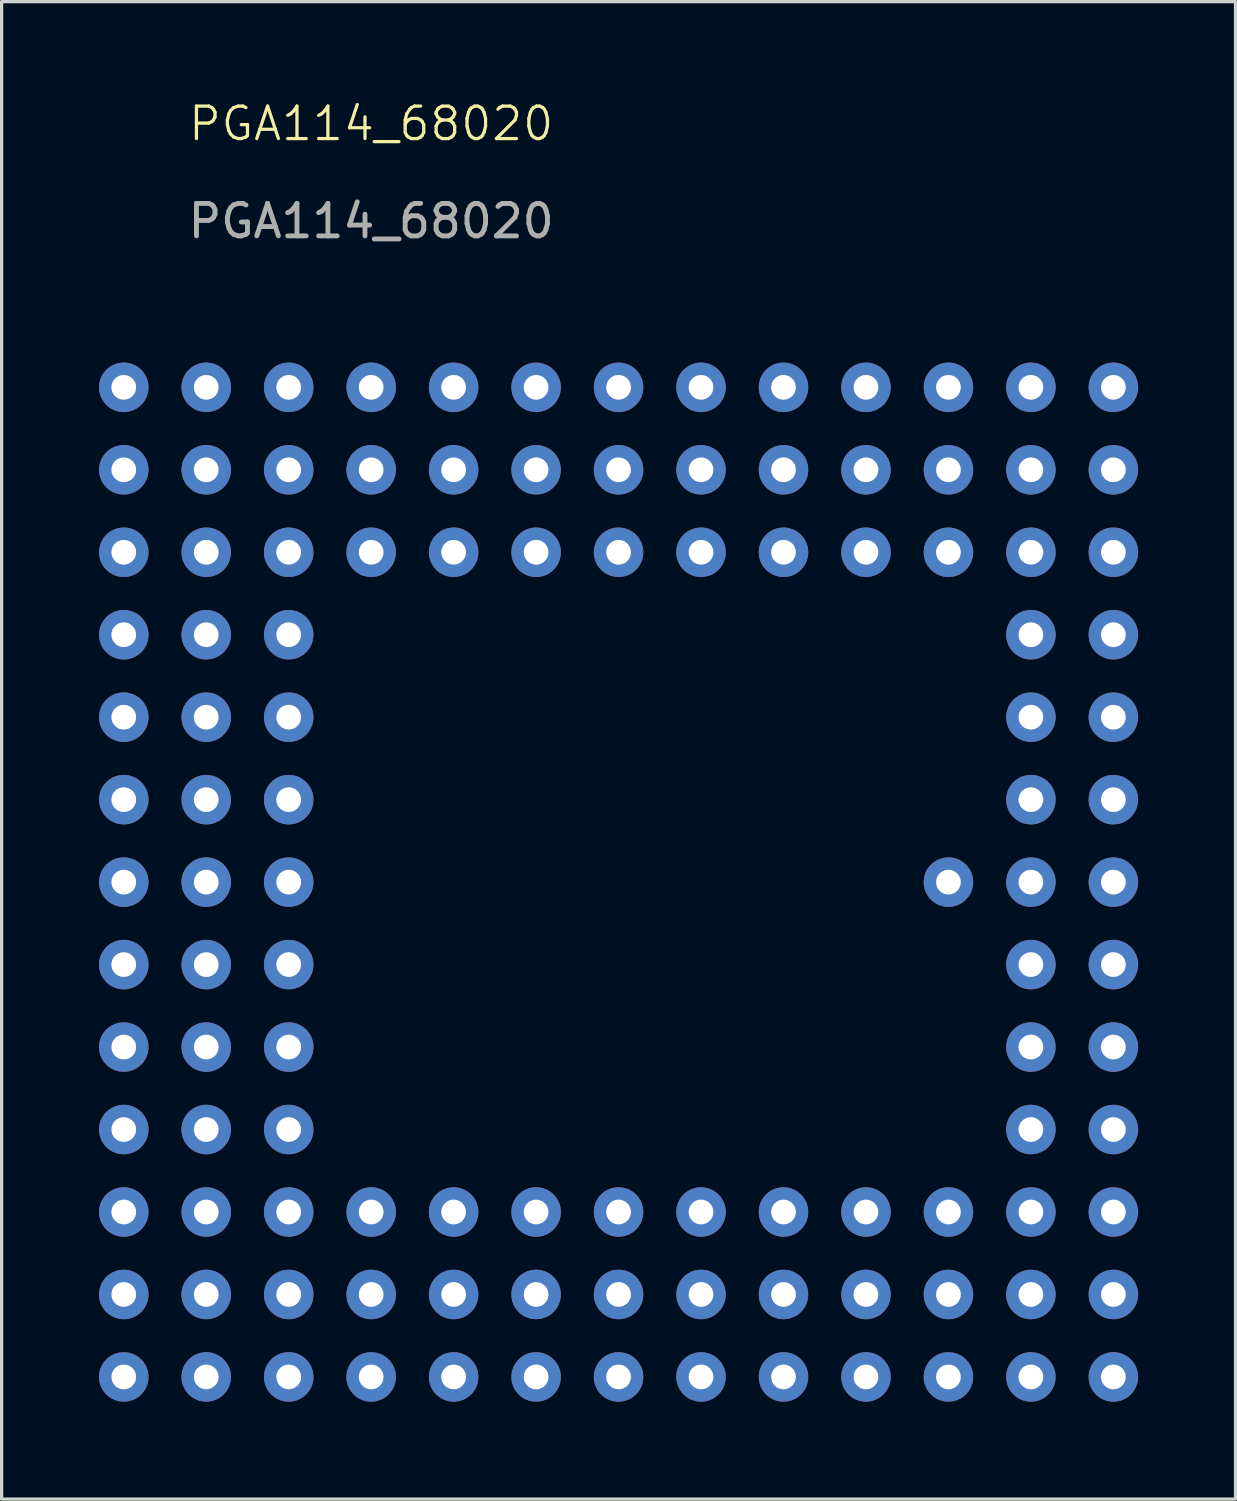
<source format=kicad_pcb>
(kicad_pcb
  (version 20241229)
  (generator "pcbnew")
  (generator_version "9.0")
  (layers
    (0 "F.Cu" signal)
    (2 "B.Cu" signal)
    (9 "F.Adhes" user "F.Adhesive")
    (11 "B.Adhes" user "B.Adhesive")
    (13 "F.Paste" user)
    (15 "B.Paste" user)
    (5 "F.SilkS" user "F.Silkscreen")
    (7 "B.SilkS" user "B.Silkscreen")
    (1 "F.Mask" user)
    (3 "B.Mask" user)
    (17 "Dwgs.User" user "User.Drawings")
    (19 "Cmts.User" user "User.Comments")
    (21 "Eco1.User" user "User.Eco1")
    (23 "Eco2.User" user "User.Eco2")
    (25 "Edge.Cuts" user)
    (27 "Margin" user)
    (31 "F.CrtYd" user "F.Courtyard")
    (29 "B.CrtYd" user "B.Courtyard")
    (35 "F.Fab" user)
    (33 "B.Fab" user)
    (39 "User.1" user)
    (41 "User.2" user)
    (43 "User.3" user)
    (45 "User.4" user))
  (footprint "PGA114_68020"
    (layer "F.Cu")
    (at 8.382 1.26)
    (property "Reference" "PGA114_68020" (at 0 -0.5 0) (unlocked yes) (layer "F.SilkS") (effects (font (size 1 1) (thickness 0.1))))
    (attr through_hole)
    (fp_text user "${REFERENCE}" (at 0 2.5 0) (unlocked yes) (layer "F.Fab") (effects (font (size 1 1) (thickness 0.15))))
    (pad "A1" thru_hole circle (at -7.62 7.62) (size 1.524 1.524) (drill 0.762) (layers "*.Cu" "*.Mask"))
    (pad "A2" thru_hole circle (at -5.08 7.62) (size 1.524 1.524) (drill 0.762) (layers "*.Cu" "*.Mask"))
    (pad "A3" thru_hole circle (at -2.54 7.62) (size 1.524 1.524) (drill 0.762) (layers "*.Cu" "*.Mask"))
    (pad "A4" thru_hole circle (at 0 7.62) (size 1.524 1.524) (drill 0.762) (layers "*.Cu" "*.Mask"))
    (pad "A5" thru_hole circle (at 2.54 7.62) (size 1.524 1.524) (drill 0.762) (layers "*.Cu" "*.Mask"))
    (pad "A6" thru_hole circle (at 5.08 7.62) (size 1.524 1.524) (drill 0.762) (layers "*.Cu" "*.Mask"))
    (pad "A7" thru_hole circle (at 7.62 7.62) (size 1.524 1.524) (drill 0.762) (layers "*.Cu" "*.Mask"))
    (pad "A8" thru_hole circle (at 10.16 7.62) (size 1.524 1.524) (drill 0.762) (layers "*.Cu" "*.Mask"))
    (pad "A9" thru_hole circle (at 12.7 7.62) (size 1.524 1.524) (drill 0.762) (layers "*.Cu" "*.Mask"))
    (pad "A10" thru_hole circle (at 15.24 7.62) (size 1.524 1.524) (drill 0.762) (layers "*.Cu" "*.Mask"))
    (pad "A11" thru_hole circle (at 17.78 7.62) (size 1.524 1.524) (drill 0.762) (layers "*.Cu" "*.Mask"))
    (pad "A12" thru_hole circle (at 20.32 7.62) (size 1.524 1.524) (drill 0.762) (layers "*.Cu" "*.Mask"))
    (pad "A13" thru_hole circle (at 22.86 7.62) (size 1.524 1.524) (drill 0.762) (layers "*.Cu" "*.Mask"))
    (pad "B1" thru_hole circle (at -7.62 10.16) (size 1.524 1.524) (drill 0.762) (layers "*.Cu" "*.Mask"))
    (pad "B2" thru_hole circle (at -5.08 10.16) (size 1.524 1.524) (drill 0.762) (layers "*.Cu" "*.Mask"))
    (pad "B3" thru_hole circle (at -2.54 10.16) (size 1.524 1.524) (drill 0.762) (layers "*.Cu" "*.Mask"))
    (pad "B4" thru_hole circle (at 0 10.16) (size 1.524 1.524) (drill 0.762) (layers "*.Cu" "*.Mask"))
    (pad "B5" thru_hole circle (at 2.54 10.16) (size 1.524 1.524) (drill 0.762) (layers "*.Cu" "*.Mask"))
    (pad "B6" thru_hole circle (at 5.08 10.16) (size 1.524 1.524) (drill 0.762) (layers "*.Cu" "*.Mask"))
    (pad "B7" thru_hole circle (at 7.62 10.16) (size 1.524 1.524) (drill 0.762) (layers "*.Cu" "*.Mask"))
    (pad "B8" thru_hole circle (at 10.16 10.16) (size 1.524 1.524) (drill 0.762) (layers "*.Cu" "*.Mask"))
    (pad "B9" thru_hole circle (at 12.7 10.16) (size 1.524 1.524) (drill 0.762) (layers "*.Cu" "*.Mask"))
    (pad "B10" thru_hole circle (at 15.24 10.16) (size 1.524 1.524) (drill 0.762) (layers "*.Cu" "*.Mask"))
    (pad "B11" thru_hole circle (at 17.78 10.16) (size 1.524 1.524) (drill 0.762) (layers "*.Cu" "*.Mask"))
    (pad "B12" thru_hole circle (at 20.32 10.16) (size 1.524 1.524) (drill 0.762) (layers "*.Cu" "*.Mask"))
    (pad "B13" thru_hole circle (at 22.86 10.16) (size 1.524 1.524) (drill 0.762) (layers "*.Cu" "*.Mask"))
    (pad "C1" thru_hole circle (at -7.62 12.7) (size 1.524 1.524) (drill 0.762) (layers "*.Cu" "*.Mask"))
    (pad "C2" thru_hole circle (at -5.08 12.7) (size 1.524 1.524) (drill 0.762) (layers "*.Cu" "*.Mask"))
    (pad "C3" thru_hole circle (at -2.54 12.7) (size 1.524 1.524) (drill 0.762) (layers "*.Cu" "*.Mask"))
    (pad "C4" thru_hole circle (at 0 12.7) (size 1.524 1.524) (drill 0.762) (layers "*.Cu" "*.Mask"))
    (pad "C5" thru_hole circle (at 2.54 12.7) (size 1.524 1.524) (drill 0.762) (layers "*.Cu" "*.Mask"))
    (pad "C6" thru_hole circle (at 5.08 12.7) (size 1.524 1.524) (drill 0.762) (layers "*.Cu" "*.Mask"))
    (pad "C7" thru_hole circle (at 7.62 12.7) (size 1.524 1.524) (drill 0.762) (layers "*.Cu" "*.Mask"))
    (pad "C8" thru_hole circle (at 10.16 12.7) (size 1.524 1.524) (drill 0.762) (layers "*.Cu" "*.Mask"))
    (pad "C9" thru_hole circle (at 12.7 12.7) (size 1.524 1.524) (drill 0.762) (layers "*.Cu" "*.Mask"))
    (pad "C10" thru_hole circle (at 15.24 12.7) (size 1.524 1.524) (drill 0.762) (layers "*.Cu" "*.Mask"))
    (pad "C11" thru_hole circle (at 17.78 12.7) (size 1.524 1.524) (drill 0.762) (layers "*.Cu" "*.Mask"))
    (pad "C12" thru_hole circle (at 20.32 12.7) (size 1.524 1.524) (drill 0.762) (layers "*.Cu" "*.Mask"))
    (pad "C13" thru_hole circle (at 22.86 12.7) (size 1.524 1.524) (drill 0.762) (layers "*.Cu" "*.Mask"))
    (pad "D1" thru_hole circle (at -7.62 15.24) (size 1.524 1.524) (drill 0.762) (layers "*.Cu" "*.Mask"))
    (pad "D2" thru_hole circle (at -5.08 15.24) (size 1.524 1.524) (drill 0.762) (layers "*.Cu" "*.Mask"))
    (pad "D3" thru_hole circle (at -2.54 15.24) (size 1.524 1.524) (drill 0.762) (layers "*.Cu" "*.Mask"))
    (pad "D12" thru_hole circle (at 20.32 15.24) (size 1.524 1.524) (drill 0.762) (layers "*.Cu" "*.Mask"))
    (pad "D13" thru_hole circle (at 22.86 15.24) (size 1.524 1.524) (drill 0.762) (layers "*.Cu" "*.Mask"))
    (pad "E1" thru_hole circle (at -7.62 17.78) (size 1.524 1.524) (drill 0.762) (layers "*.Cu" "*.Mask"))
    (pad "E2" thru_hole circle (at -5.08 17.78) (size 1.524 1.524) (drill 0.762) (layers "*.Cu" "*.Mask"))
    (pad "E3" thru_hole circle (at -2.54 17.78) (size 1.524 1.524) (drill 0.762) (layers "*.Cu" "*.Mask"))
    (pad "E12" thru_hole circle (at 20.32 17.78) (size 1.524 1.524) (drill 0.762) (layers "*.Cu" "*.Mask"))
    (pad "E13" thru_hole circle (at 22.86 17.78) (size 1.524 1.524) (drill 0.762) (layers "*.Cu" "*.Mask"))
    (pad "F1" thru_hole circle (at -7.62 20.32) (size 1.524 1.524) (drill 0.762) (layers "*.Cu" "*.Mask"))
    (pad "F2" thru_hole circle (at -5.08 20.32) (size 1.524 1.524) (drill 0.762) (layers "*.Cu" "*.Mask"))
    (pad "F3" thru_hole circle (at -2.54 20.32) (size 1.524 1.524) (drill 0.762) (layers "*.Cu" "*.Mask"))
    (pad "F12" thru_hole circle (at 20.32 20.32) (size 1.524 1.524) (drill 0.762) (layers "*.Cu" "*.Mask"))
    (pad "F13" thru_hole circle (at 22.86 20.32) (size 1.524 1.524) (drill 0.762) (layers "*.Cu" "*.Mask"))
    (pad "G1" thru_hole circle (at -7.62 22.86) (size 1.524 1.524) (drill 0.762) (layers "*.Cu" "*.Mask"))
    (pad "G2" thru_hole circle (at -5.08 22.86) (size 1.524 1.524) (drill 0.762) (layers "*.Cu" "*.Mask"))
    (pad "G3" thru_hole circle (at -2.54 22.86) (size 1.524 1.524) (drill 0.762) (layers "*.Cu" "*.Mask"))
    (pad "G11" thru_hole circle (at 17.78 22.86) (size 1.524 1.524) (drill 0.762) (layers "*.Cu" "*.Mask"))
    (pad "G12" thru_hole circle (at 20.32 22.86) (size 1.524 1.524) (drill 0.762) (layers "*.Cu" "*.Mask"))
    (pad "G13" thru_hole circle (at 22.86 22.86) (size 1.524 1.524) (drill 0.762) (layers "*.Cu" "*.Mask"))
    (pad "H1" thru_hole circle (at -7.62 25.4) (size 1.524 1.524) (drill 0.762) (layers "*.Cu" "*.Mask"))
    (pad "H2" thru_hole circle (at -5.08 25.4) (size 1.524 1.524) (drill 0.762) (layers "*.Cu" "*.Mask"))
    (pad "H3" thru_hole circle (at -2.54 25.4) (size 1.524 1.524) (drill 0.762) (layers "*.Cu" "*.Mask"))
    (pad "H12" thru_hole circle (at 20.32 25.4) (size 1.524 1.524) (drill 0.762) (layers "*.Cu" "*.Mask"))
    (pad "H13" thru_hole circle (at 22.86 25.4) (size 1.524 1.524) (drill 0.762) (layers "*.Cu" "*.Mask"))
    (pad "J1" thru_hole circle (at -7.62 27.94) (size 1.524 1.524) (drill 0.762) (layers "*.Cu" "*.Mask"))
    (pad "J2" thru_hole circle (at -5.08 27.94) (size 1.524 1.524) (drill 0.762) (layers "*.Cu" "*.Mask"))
    (pad "J3" thru_hole circle (at -2.54 27.94) (size 1.524 1.524) (drill 0.762) (layers "*.Cu" "*.Mask"))
    (pad "J12" thru_hole circle (at 20.32 27.94) (size 1.524 1.524) (drill 0.762) (layers "*.Cu" "*.Mask"))
    (pad "J13" thru_hole circle (at 22.86 27.94) (size 1.524 1.524) (drill 0.762) (layers "*.Cu" "*.Mask"))
    (pad "K1" thru_hole circle (at -7.62 30.48) (size 1.524 1.524) (drill 0.762) (layers "*.Cu" "*.Mask"))
    (pad "K2" thru_hole circle (at -5.08 30.48) (size 1.524 1.524) (drill 0.762) (layers "*.Cu" "*.Mask"))
    (pad "K3" thru_hole circle (at -2.54 30.48) (size 1.524 1.524) (drill 0.762) (layers "*.Cu" "*.Mask"))
    (pad "K12" thru_hole circle (at 20.32 30.48) (size 1.524 1.524) (drill 0.762) (layers "*.Cu" "*.Mask"))
    (pad "K13" thru_hole circle (at 22.86 30.48) (size 1.524 1.524) (drill 0.762) (layers "*.Cu" "*.Mask"))
    (pad "L1" thru_hole circle (at -7.62 33.02) (size 1.524 1.524) (drill 0.762) (layers "*.Cu" "*.Mask"))
    (pad "L2" thru_hole circle (at -5.08 33.02) (size 1.524 1.524) (drill 0.762) (layers "*.Cu" "*.Mask"))
    (pad "L3" thru_hole circle (at -2.54 33.02) (size 1.524 1.524) (drill 0.762) (layers "*.Cu" "*.Mask"))
    (pad "L4" thru_hole circle (at 0 33.02) (size 1.524 1.524) (drill 0.762) (layers "*.Cu" "*.Mask"))
    (pad "L5" thru_hole circle (at 2.54 33.02) (size 1.524 1.524) (drill 0.762) (layers "*.Cu" "*.Mask"))
    (pad "L6" thru_hole circle (at 5.08 33.02) (size 1.524 1.524) (drill 0.762) (layers "*.Cu" "*.Mask"))
    (pad "L7" thru_hole circle (at 7.62 33.02) (size 1.524 1.524) (drill 0.762) (layers "*.Cu" "*.Mask"))
    (pad "L8" thru_hole circle (at 10.16 33.02) (size 1.524 1.524) (drill 0.762) (layers "*.Cu" "*.Mask"))
    (pad "L9" thru_hole circle (at 12.7 33.02) (size 1.524 1.524) (drill 0.762) (layers "*.Cu" "*.Mask"))
    (pad "L10" thru_hole circle (at 15.24 33.02) (size 1.524 1.524) (drill 0.762) (layers "*.Cu" "*.Mask"))
    (pad "L11" thru_hole circle (at 17.78 33.02) (size 1.524 1.524) (drill 0.762) (layers "*.Cu" "*.Mask"))
    (pad "L12" thru_hole circle (at 20.32 33.02) (size 1.524 1.524) (drill 0.762) (layers "*.Cu" "*.Mask"))
    (pad "L13" thru_hole circle (at 22.86 33.02) (size 1.524 1.524) (drill 0.762) (layers "*.Cu" "*.Mask"))
    (pad "M1" thru_hole circle (at -7.62 35.56) (size 1.524 1.524) (drill 0.762) (layers "*.Cu" "*.Mask"))
    (pad "M2" thru_hole circle (at -5.08 35.56) (size 1.524 1.524) (drill 0.762) (layers "*.Cu" "*.Mask"))
    (pad "M3" thru_hole circle (at -2.54 35.56) (size 1.524 1.524) (drill 0.762) (layers "*.Cu" "*.Mask"))
    (pad "M4" thru_hole circle (at 0 35.56) (size 1.524 1.524) (drill 0.762) (layers "*.Cu" "*.Mask"))
    (pad "M5" thru_hole circle (at 2.54 35.56) (size 1.524 1.524) (drill 0.762) (layers "*.Cu" "*.Mask"))
    (pad "M6" thru_hole circle (at 5.08 35.56) (size 1.524 1.524) (drill 0.762) (layers "*.Cu" "*.Mask"))
    (pad "M7" thru_hole circle (at 7.62 35.56) (size 1.524 1.524) (drill 0.762) (layers "*.Cu" "*.Mask"))
    (pad "M8" thru_hole circle (at 10.16 35.56) (size 1.524 1.524) (drill 0.762) (layers "*.Cu" "*.Mask"))
    (pad "M9" thru_hole circle (at 12.7 35.56) (size 1.524 1.524) (drill 0.762) (layers "*.Cu" "*.Mask"))
    (pad "M10" thru_hole circle (at 15.24 35.56) (size 1.524 1.524) (drill 0.762) (layers "*.Cu" "*.Mask"))
    (pad "M11" thru_hole circle (at 17.78 35.56) (size 1.524 1.524) (drill 0.762) (layers "*.Cu" "*.Mask"))
    (pad "M12" thru_hole circle (at 20.32 35.56) (size 1.524 1.524) (drill 0.762) (layers "*.Cu" "*.Mask"))
    (pad "M13" thru_hole circle (at 22.86 35.56) (size 1.524 1.524) (drill 0.762) (layers "*.Cu" "*.Mask"))
    (pad "N1" thru_hole circle (at -7.62 38.1) (size 1.524 1.524) (drill 0.762) (layers "*.Cu" "*.Mask"))
    (pad "N2" thru_hole circle (at -5.08 38.1) (size 1.524 1.524) (drill 0.762) (layers "*.Cu" "*.Mask"))
    (pad "N3" thru_hole circle (at -2.54 38.1) (size 1.524 1.524) (drill 0.762) (layers "*.Cu" "*.Mask"))
    (pad "N4" thru_hole circle (at 0 38.1) (size 1.524 1.524) (drill 0.762) (layers "*.Cu" "*.Mask"))
    (pad "N5" thru_hole circle (at 2.54 38.1) (size 1.524 1.524) (drill 0.762) (layers "*.Cu" "*.Mask"))
    (pad "N6" thru_hole circle (at 5.08 38.1) (size 1.524 1.524) (drill 0.762) (layers "*.Cu" "*.Mask"))
    (pad "N7" thru_hole circle (at 7.62 38.1) (size 1.524 1.524) (drill 0.762) (layers "*.Cu" "*.Mask"))
    (pad "N8" thru_hole circle (at 10.16 38.1) (size 1.524 1.524) (drill 0.762) (layers "*.Cu" "*.Mask"))
    (pad "N9" thru_hole circle (at 12.7 38.1) (size 1.524 1.524) (drill 0.762) (layers "*.Cu" "*.Mask"))
    (pad "N10" thru_hole circle (at 15.24 38.1) (size 1.524 1.524) (drill 0.762) (layers "*.Cu" "*.Mask"))
    (pad "N11" thru_hole circle (at 17.78 38.1) (size 1.524 1.524) (drill 0.762) (layers "*.Cu" "*.Mask"))
    (pad "N12" thru_hole circle (at 20.32 38.1) (size 1.524 1.524) (drill 0.762) (layers "*.Cu" "*.Mask"))
    (pad "N13" thru_hole circle (at 22.86 38.1) (size 1.524 1.524) (drill 0.762) (layers "*.Cu" "*.Mask")))
  (gr_rect
    (start -3 -3)
    (end 35.004 43.123)
    (stroke (width 0.1) (type default))
    (fill no)
    (layer "Edge.Cuts")))
</source>
